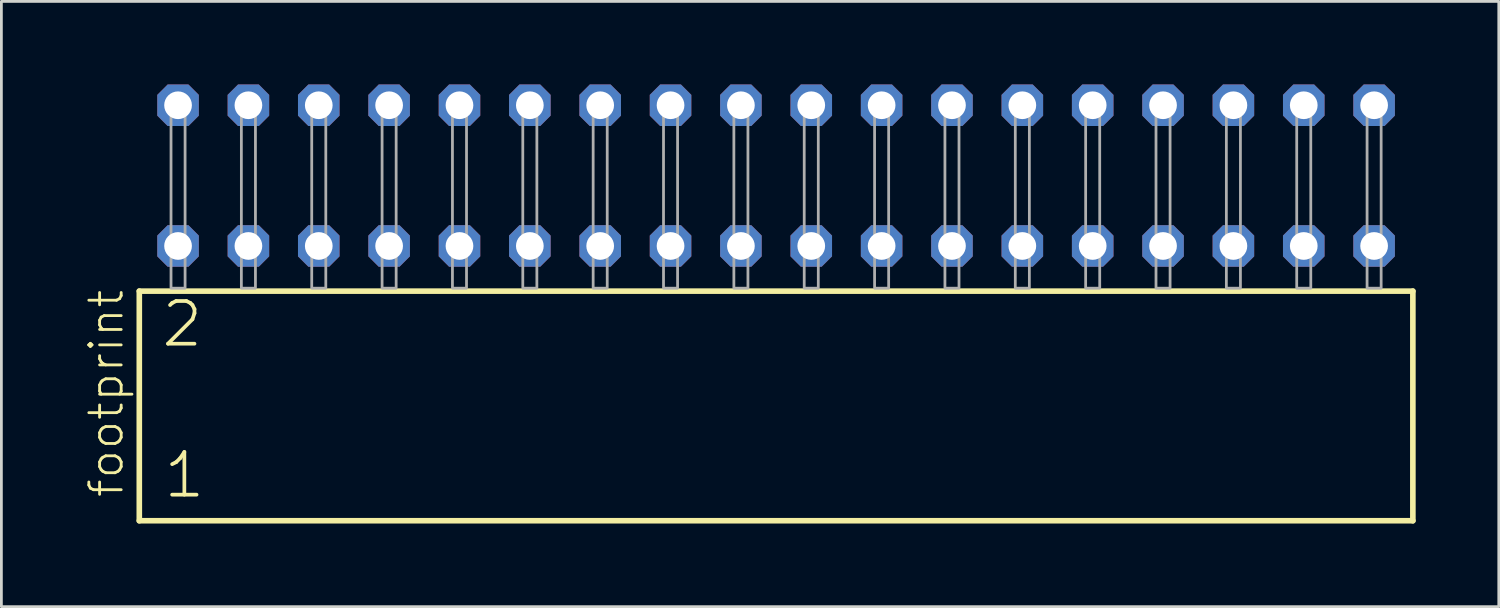
<source format=kicad_pcb>
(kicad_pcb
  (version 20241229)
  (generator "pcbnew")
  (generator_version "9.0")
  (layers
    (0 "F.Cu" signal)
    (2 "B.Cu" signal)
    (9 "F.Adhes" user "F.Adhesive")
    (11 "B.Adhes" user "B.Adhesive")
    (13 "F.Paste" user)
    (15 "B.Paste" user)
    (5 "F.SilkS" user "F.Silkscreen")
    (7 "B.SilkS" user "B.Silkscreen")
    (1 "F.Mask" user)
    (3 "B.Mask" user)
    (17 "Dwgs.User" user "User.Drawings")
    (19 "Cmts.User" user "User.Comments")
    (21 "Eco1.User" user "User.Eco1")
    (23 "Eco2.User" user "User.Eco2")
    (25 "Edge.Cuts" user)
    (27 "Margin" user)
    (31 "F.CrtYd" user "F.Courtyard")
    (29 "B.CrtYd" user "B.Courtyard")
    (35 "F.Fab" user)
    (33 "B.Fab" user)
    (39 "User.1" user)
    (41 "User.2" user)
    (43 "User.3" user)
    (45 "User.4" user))
  (footprint "footprint"
    (layer "F.Cu")
    (at 24.968 7.354)
    (property "Reference" "footprint" (at -23.495 7.62 90) (layer "F.SilkS") (effects (font (size 1.168 1.168) (thickness 0.102)) (justify left bottom)))
    (fp_line (start -22.989 0.106) (end -22.989 8.396) (stroke (width 0.203) (type solid)) (layer "F.SilkS"))
    (fp_line (start -22.989 8.396) (end 22.989 8.396) (stroke (width 0.203) (type solid)) (layer "F.SilkS"))
    (fp_line (start 22.989 0.106) (end -22.989 0.106) (stroke (width 0.203) (type solid)) (layer "F.SilkS"))
    (fp_line (start 22.989 8.396) (end 22.989 0.106) (stroke (width 0.203) (type solid)) (layer "F.SilkS"))
    (fp_poly (pts (xy -21.844 0) (xy -21.336 0) (xy -21.336 -6.858) (xy -21.844 -6.858)) (stroke (width 0.1) (type solid)) (fill no) (layer "F.Fab"))
    (fp_poly (pts (xy -19.304 0) (xy -18.796 0) (xy -18.796 -6.858) (xy -19.304 -6.858)) (stroke (width 0.1) (type solid)) (fill no) (layer "F.Fab"))
    (fp_poly (pts (xy -16.764 0) (xy -16.256 0) (xy -16.256 -6.858) (xy -16.764 -6.858)) (stroke (width 0.1) (type solid)) (fill no) (layer "F.Fab"))
    (fp_poly (pts (xy -14.224 0) (xy -13.716 0) (xy -13.716 -6.858) (xy -14.224 -6.858)) (stroke (width 0.1) (type solid)) (fill no) (layer "F.Fab"))
    (fp_poly (pts (xy -11.684 0) (xy -11.176 0) (xy -11.176 -6.858) (xy -11.684 -6.858)) (stroke (width 0.1) (type solid)) (fill no) (layer "F.Fab"))
    (fp_poly (pts (xy -9.144 0) (xy -8.636 0) (xy -8.636 -6.858) (xy -9.144 -6.858)) (stroke (width 0.1) (type solid)) (fill no) (layer "F.Fab"))
    (fp_poly (pts (xy -6.604 0) (xy -6.096 0) (xy -6.096 -6.858) (xy -6.604 -6.858)) (stroke (width 0.1) (type solid)) (fill no) (layer "F.Fab"))
    (fp_poly (pts (xy -4.064 0) (xy -3.556 0) (xy -3.556 -6.858) (xy -4.064 -6.858)) (stroke (width 0.1) (type solid)) (fill no) (layer "F.Fab"))
    (fp_poly (pts (xy -1.524 0) (xy -1.016 0) (xy -1.016 -6.858) (xy -1.524 -6.858)) (stroke (width 0.1) (type solid)) (fill no) (layer "F.Fab"))
    (fp_poly (pts (xy 1.016 0) (xy 1.524 0) (xy 1.524 -6.858) (xy 1.016 -6.858)) (stroke (width 0.1) (type solid)) (fill no) (layer "F.Fab"))
    (fp_poly (pts (xy 3.556 0) (xy 4.064 0) (xy 4.064 -6.858) (xy 3.556 -6.858)) (stroke (width 0.1) (type solid)) (fill no) (layer "F.Fab"))
    (fp_poly (pts (xy 6.096 0) (xy 6.604 0) (xy 6.604 -6.858) (xy 6.096 -6.858)) (stroke (width 0.1) (type solid)) (fill no) (layer "F.Fab"))
    (fp_poly (pts (xy 8.636 0) (xy 9.144 0) (xy 9.144 -6.858) (xy 8.636 -6.858)) (stroke (width 0.1) (type solid)) (fill no) (layer "F.Fab"))
    (fp_poly (pts (xy 11.176 0) (xy 11.684 0) (xy 11.684 -6.858) (xy 11.176 -6.858)) (stroke (width 0.1) (type solid)) (fill no) (layer "F.Fab"))
    (fp_poly (pts (xy 13.716 0) (xy 14.224 0) (xy 14.224 -6.858) (xy 13.716 -6.858)) (stroke (width 0.1) (type solid)) (fill no) (layer "F.Fab"))
    (fp_poly (pts (xy 16.256 0) (xy 16.764 0) (xy 16.764 -6.858) (xy 16.256 -6.858)) (stroke (width 0.1) (type solid)) (fill no) (layer "F.Fab"))
    (fp_poly (pts (xy 18.796 0) (xy 19.304 0) (xy 19.304 -6.858) (xy 18.796 -6.858)) (stroke (width 0.1) (type solid)) (fill no) (layer "F.Fab"))
    (fp_poly (pts (xy 21.336 0) (xy 21.844 0) (xy 21.844 -6.858) (xy 21.336 -6.858)) (stroke (width 0.1) (type solid)) (fill no) (layer "F.Fab"))
    (fp_text user "1" (at -22.185 7.65 0) (layer "F.SilkS") (effects (font (size 1.542 1.542) (thickness 0.134)) (justify left bottom)))
    (fp_text user "2" (at -22.26 2.2 0) (layer "F.SilkS") (effects (font (size 1.542 1.542) (thickness 0.134)) (justify left bottom)))
    (pad "1" thru_hole roundrect (at -21.59 -1.524) (size 1.5 1.5) (drill 1) (layers "*.Cu" "*.Mask") (roundrect_rratio 0.25) (chamfer_ratio 0.25) (chamfer top_left top_right bottom_left bottom_right))
    (pad "2" thru_hole roundrect (at -21.59 -6.604) (size 1.5 1.5) (drill 1) (layers "*.Cu" "*.Mask") (roundrect_rratio 0.25) (chamfer_ratio 0.25) (chamfer top_left top_right bottom_left bottom_right))
    (pad "3" thru_hole roundrect (at -19.05 -1.524) (size 1.5 1.5) (drill 1) (layers "*.Cu" "*.Mask") (roundrect_rratio 0.25) (chamfer_ratio 0.25) (chamfer top_left top_right bottom_left bottom_right))
    (pad "4" thru_hole roundrect (at -19.05 -6.604) (size 1.5 1.5) (drill 1) (layers "*.Cu" "*.Mask") (roundrect_rratio 0.25) (chamfer_ratio 0.25) (chamfer top_left top_right bottom_left bottom_right))
    (pad "5" thru_hole roundrect (at -16.51 -1.524) (size 1.5 1.5) (drill 1) (layers "*.Cu" "*.Mask") (roundrect_rratio 0.25) (chamfer_ratio 0.25) (chamfer top_left top_right bottom_left bottom_right))
    (pad "6" thru_hole roundrect (at -16.51 -6.604) (size 1.5 1.5) (drill 1) (layers "*.Cu" "*.Mask") (roundrect_rratio 0.25) (chamfer_ratio 0.25) (chamfer top_left top_right bottom_left bottom_right))
    (pad "7" thru_hole roundrect (at -13.97 -1.524) (size 1.5 1.5) (drill 1) (layers "*.Cu" "*.Mask") (roundrect_rratio 0.25) (chamfer_ratio 0.25) (chamfer top_left top_right bottom_left bottom_right))
    (pad "8" thru_hole roundrect (at -13.97 -6.604) (size 1.5 1.5) (drill 1) (layers "*.Cu" "*.Mask") (roundrect_rratio 0.25) (chamfer_ratio 0.25) (chamfer top_left top_right bottom_left bottom_right))
    (pad "9" thru_hole roundrect (at -11.43 -1.524) (size 1.5 1.5) (drill 1) (layers "*.Cu" "*.Mask") (roundrect_rratio 0.25) (chamfer_ratio 0.25) (chamfer top_left top_right bottom_left bottom_right))
    (pad "10" thru_hole roundrect (at -11.43 -6.604) (size 1.5 1.5) (drill 1) (layers "*.Cu" "*.Mask") (roundrect_rratio 0.25) (chamfer_ratio 0.25) (chamfer top_left top_right bottom_left bottom_right))
    (pad "11" thru_hole roundrect (at -8.89 -1.524) (size 1.5 1.5) (drill 1) (layers "*.Cu" "*.Mask") (roundrect_rratio 0.25) (chamfer_ratio 0.25) (chamfer top_left top_right bottom_left bottom_right))
    (pad "12" thru_hole roundrect (at -8.89 -6.604) (size 1.5 1.5) (drill 1) (layers "*.Cu" "*.Mask") (roundrect_rratio 0.25) (chamfer_ratio 0.25) (chamfer top_left top_right bottom_left bottom_right))
    (pad "13" thru_hole roundrect (at -6.35 -1.524) (size 1.5 1.5) (drill 1) (layers "*.Cu" "*.Mask") (roundrect_rratio 0.25) (chamfer_ratio 0.25) (chamfer top_left top_right bottom_left bottom_right))
    (pad "14" thru_hole roundrect (at -6.35 -6.604) (size 1.5 1.5) (drill 1) (layers "*.Cu" "*.Mask") (roundrect_rratio 0.25) (chamfer_ratio 0.25) (chamfer top_left top_right bottom_left bottom_right))
    (pad "15" thru_hole roundrect (at -3.81 -1.524) (size 1.5 1.5) (drill 1) (layers "*.Cu" "*.Mask") (roundrect_rratio 0.25) (chamfer_ratio 0.25) (chamfer top_left top_right bottom_left bottom_right))
    (pad "16" thru_hole roundrect (at -3.81 -6.604) (size 1.5 1.5) (drill 1) (layers "*.Cu" "*.Mask") (roundrect_rratio 0.25) (chamfer_ratio 0.25) (chamfer top_left top_right bottom_left bottom_right))
    (pad "17" thru_hole roundrect (at -1.27 -1.524) (size 1.5 1.5) (drill 1) (layers "*.Cu" "*.Mask") (roundrect_rratio 0.25) (chamfer_ratio 0.25) (chamfer top_left top_right bottom_left bottom_right))
    (pad "18" thru_hole roundrect (at -1.27 -6.604) (size 1.5 1.5) (drill 1) (layers "*.Cu" "*.Mask") (roundrect_rratio 0.25) (chamfer_ratio 0.25) (chamfer top_left top_right bottom_left bottom_right))
    (pad "19" thru_hole roundrect (at 1.27 -1.524) (size 1.5 1.5) (drill 1) (layers "*.Cu" "*.Mask") (roundrect_rratio 0.25) (chamfer_ratio 0.25) (chamfer top_left top_right bottom_left bottom_right))
    (pad "20" thru_hole roundrect (at 1.27 -6.604) (size 1.5 1.5) (drill 1) (layers "*.Cu" "*.Mask") (roundrect_rratio 0.25) (chamfer_ratio 0.25) (chamfer top_left top_right bottom_left bottom_right))
    (pad "21" thru_hole roundrect (at 3.81 -1.524) (size 1.5 1.5) (drill 1) (layers "*.Cu" "*.Mask") (roundrect_rratio 0.25) (chamfer_ratio 0.25) (chamfer top_left top_right bottom_left bottom_right))
    (pad "22" thru_hole roundrect (at 3.81 -6.604) (size 1.5 1.5) (drill 1) (layers "*.Cu" "*.Mask") (roundrect_rratio 0.25) (chamfer_ratio 0.25) (chamfer top_left top_right bottom_left bottom_right))
    (pad "23" thru_hole roundrect (at 6.35 -1.524) (size 1.5 1.5) (drill 1) (layers "*.Cu" "*.Mask") (roundrect_rratio 0.25) (chamfer_ratio 0.25) (chamfer top_left top_right bottom_left bottom_right))
    (pad "24" thru_hole roundrect (at 6.35 -6.604) (size 1.5 1.5) (drill 1) (layers "*.Cu" "*.Mask") (roundrect_rratio 0.25) (chamfer_ratio 0.25) (chamfer top_left top_right bottom_left bottom_right))
    (pad "25" thru_hole roundrect (at 8.89 -1.524) (size 1.5 1.5) (drill 1) (layers "*.Cu" "*.Mask") (roundrect_rratio 0.25) (chamfer_ratio 0.25) (chamfer top_left top_right bottom_left bottom_right))
    (pad "26" thru_hole roundrect (at 8.89 -6.604) (size 1.5 1.5) (drill 1) (layers "*.Cu" "*.Mask") (roundrect_rratio 0.25) (chamfer_ratio 0.25) (chamfer top_left top_right bottom_left bottom_right))
    (pad "27" thru_hole roundrect (at 11.43 -1.524) (size 1.5 1.5) (drill 1) (layers "*.Cu" "*.Mask") (roundrect_rratio 0.25) (chamfer_ratio 0.25) (chamfer top_left top_right bottom_left bottom_right))
    (pad "28" thru_hole roundrect (at 11.43 -6.604) (size 1.5 1.5) (drill 1) (layers "*.Cu" "*.Mask") (roundrect_rratio 0.25) (chamfer_ratio 0.25) (chamfer top_left top_right bottom_left bottom_right))
    (pad "29" thru_hole roundrect (at 13.97 -1.524) (size 1.5 1.5) (drill 1) (layers "*.Cu" "*.Mask") (roundrect_rratio 0.25) (chamfer_ratio 0.25) (chamfer top_left top_right bottom_left bottom_right))
    (pad "30" thru_hole roundrect (at 13.97 -6.604) (size 1.5 1.5) (drill 1) (layers "*.Cu" "*.Mask") (roundrect_rratio 0.25) (chamfer_ratio 0.25) (chamfer top_left top_right bottom_left bottom_right))
    (pad "31" thru_hole roundrect (at 16.51 -1.524) (size 1.5 1.5) (drill 1) (layers "*.Cu" "*.Mask") (roundrect_rratio 0.25) (chamfer_ratio 0.25) (chamfer top_left top_right bottom_left bottom_right))
    (pad "32" thru_hole roundrect (at 16.51 -6.604) (size 1.5 1.5) (drill 1) (layers "*.Cu" "*.Mask") (roundrect_rratio 0.25) (chamfer_ratio 0.25) (chamfer top_left top_right bottom_left bottom_right))
    (pad "33" thru_hole roundrect (at 19.05 -1.524) (size 1.5 1.5) (drill 1) (layers "*.Cu" "*.Mask") (roundrect_rratio 0.25) (chamfer_ratio 0.25) (chamfer top_left top_right bottom_left bottom_right))
    (pad "34" thru_hole roundrect (at 19.05 -6.604) (size 1.5 1.5) (drill 1) (layers "*.Cu" "*.Mask") (roundrect_rratio 0.25) (chamfer_ratio 0.25) (chamfer top_left top_right bottom_left bottom_right))
    (pad "35" thru_hole roundrect (at 21.59 -1.524) (size 1.5 1.5) (drill 1) (layers "*.Cu" "*.Mask") (roundrect_rratio 0.25) (chamfer_ratio 0.25) (chamfer top_left top_right bottom_left bottom_right))
    (pad "36" thru_hole roundrect (at 21.59 -6.604) (size 1.5 1.5) (drill 1) (layers "*.Cu" "*.Mask") (roundrect_rratio 0.25) (chamfer_ratio 0.25) (chamfer top_left top_right bottom_left bottom_right)))
  (gr_rect
    (start -3 -3)
    (end 51.059 18.852)
    (stroke (width 0.1) (type default))
    (fill no)
    (layer "Edge.Cuts")))
</source>
